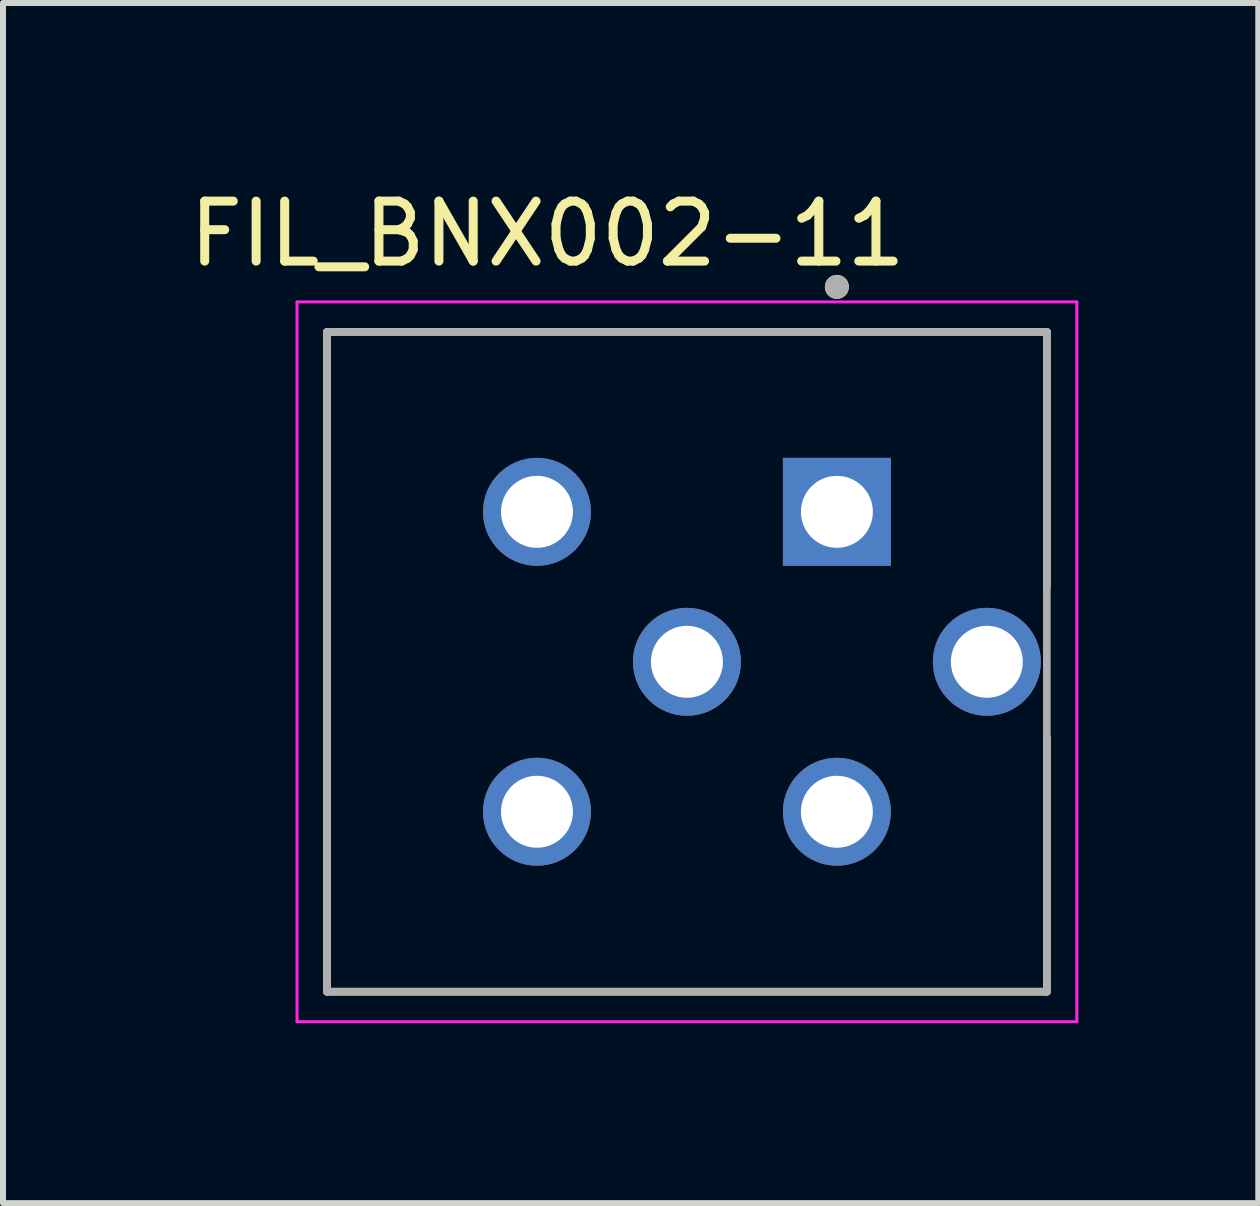
<source format=kicad_pcb>
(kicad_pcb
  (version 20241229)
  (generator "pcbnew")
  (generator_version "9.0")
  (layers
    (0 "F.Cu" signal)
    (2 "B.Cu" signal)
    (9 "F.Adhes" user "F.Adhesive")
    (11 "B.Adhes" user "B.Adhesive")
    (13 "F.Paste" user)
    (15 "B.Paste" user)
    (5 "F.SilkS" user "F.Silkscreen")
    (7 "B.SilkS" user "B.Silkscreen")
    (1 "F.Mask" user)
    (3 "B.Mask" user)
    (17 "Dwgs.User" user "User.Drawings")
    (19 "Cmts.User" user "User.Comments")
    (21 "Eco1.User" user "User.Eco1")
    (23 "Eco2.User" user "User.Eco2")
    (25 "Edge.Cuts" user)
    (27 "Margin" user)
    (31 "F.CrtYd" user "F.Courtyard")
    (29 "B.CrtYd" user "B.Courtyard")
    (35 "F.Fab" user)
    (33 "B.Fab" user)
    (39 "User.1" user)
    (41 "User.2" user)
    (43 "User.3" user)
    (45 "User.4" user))
  (footprint "FIL_BNX002-11"
    (layer "F.Cu")
    (at 8.402 7.983)
    (property "Reference" "FIL_BNX002-11" (at -2.325 -7.135 0) (layer "F.SilkS") (effects (font (size 1 1) (thickness 0.15))))
    (attr through_hole)
    (fp_line (start -6 -5.5) (end 6 -5.5) (stroke (width 0.127) (type solid)) (layer "F.SilkS"))
    (fp_line (start -6 5.5) (end -6 -5.5) (stroke (width 0.127) (type solid)) (layer "F.SilkS"))
    (fp_line (start 6 -5.5) (end 6 -1.25) (stroke (width 0.127) (type solid)) (layer "F.SilkS"))
    (fp_line (start 6 1.25) (end 6 5.5) (stroke (width 0.127) (type solid)) (layer "F.SilkS"))
    (fp_line (start 6 5.5) (end -6 5.5) (stroke (width 0.127) (type solid)) (layer "F.SilkS"))
    (fp_circle (center 2.5 -6.25) (end 2.6 -6.25) (stroke (width 0.2) (type solid)) (fill no) (layer "F.SilkS"))
    (fp_line (start -6.5 -6) (end 6.5 -6) (stroke (width 0.05) (type solid)) (layer "F.CrtYd"))
    (fp_line (start -6.5 6) (end -6.5 -6) (stroke (width 0.05) (type solid)) (layer "F.CrtYd"))
    (fp_line (start 6.5 -6) (end 6.5 6) (stroke (width 0.05) (type solid)) (layer "F.CrtYd"))
    (fp_line (start 6.5 6) (end -6.5 6) (stroke (width 0.05) (type solid)) (layer "F.CrtYd"))
    (fp_line (start -6 -5.5) (end 6 -5.5) (stroke (width 0.127) (type solid)) (layer "F.Fab"))
    (fp_line (start -6 5.5) (end -6 -5.5) (stroke (width 0.127) (type solid)) (layer "F.Fab"))
    (fp_line (start 6 -5.5) (end 6 5.5) (stroke (width 0.127) (type solid)) (layer "F.Fab"))
    (fp_line (start 6 5.5) (end -6 5.5) (stroke (width 0.127) (type solid)) (layer "F.Fab"))
    (fp_circle (center 2.5 -6.25) (end 2.6 -6.25) (stroke (width 0.2) (type solid)) (fill no) (layer "F.Fab"))
    (pad "1" thru_hole rect (at 2.5 -2.5) (size 1.8 1.8) (drill 1.2) (layers "*.Cu" "*.Mask"))
    (pad "2" thru_hole circle (at 2.5 2.5) (size 1.8 1.8) (drill 1.2) (layers "*.Cu" "*.Mask"))
    (pad "3" thru_hole circle (at -2.5 -2.5) (size 1.8 1.8) (drill 1.2) (layers "*.Cu" "*.Mask"))
    (pad "4_1" thru_hole circle (at -2.5 2.5) (size 1.8 1.8) (drill 1.2) (layers "*.Cu" "*.Mask"))
    (pad "4_2" thru_hole circle (at 0 0) (size 1.8 1.8) (drill 1.2) (layers "*.Cu" "*.Mask"))
    (pad "4_3" thru_hole circle (at 5 0) (size 1.8 1.8) (drill 1.2) (layers "*.Cu" "*.Mask")))
  (gr_rect
    (start -3 -3)
    (end 17.927 17.008)
    (stroke (width 0.1) (type default))
    (fill no)
    (layer "Edge.Cuts")))
</source>
